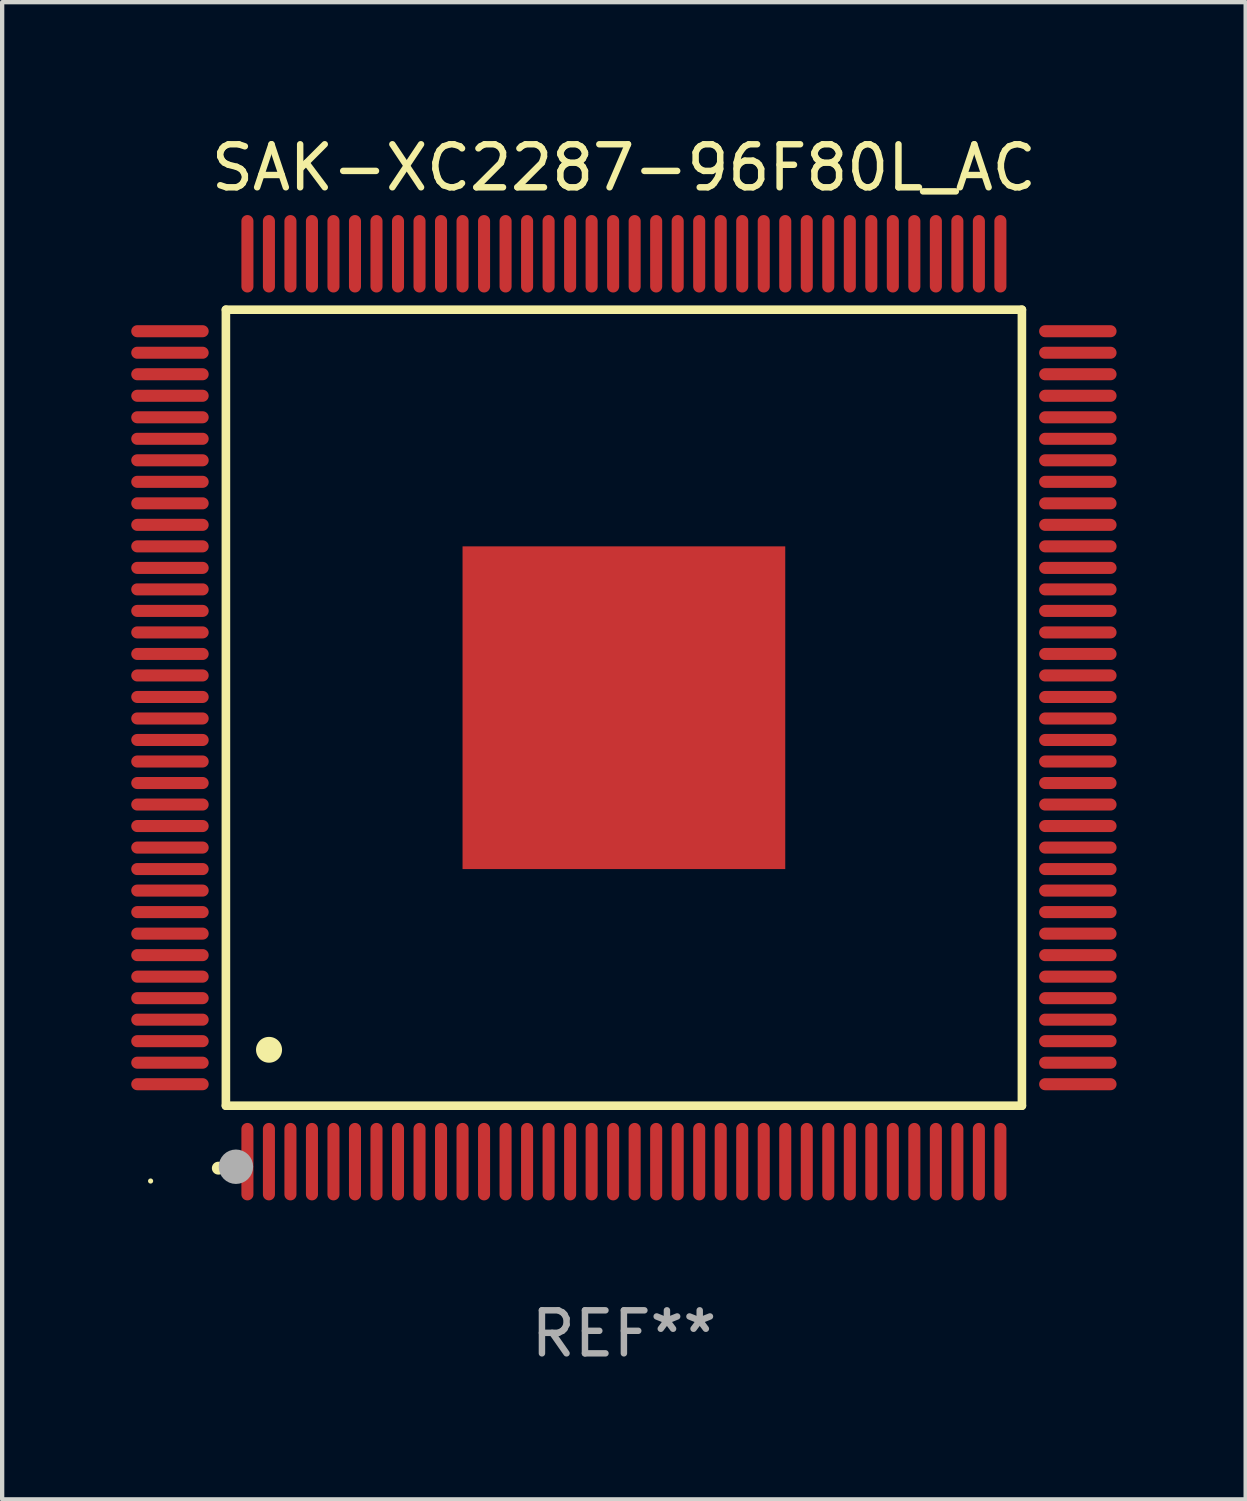
<source format=kicad_pcb>
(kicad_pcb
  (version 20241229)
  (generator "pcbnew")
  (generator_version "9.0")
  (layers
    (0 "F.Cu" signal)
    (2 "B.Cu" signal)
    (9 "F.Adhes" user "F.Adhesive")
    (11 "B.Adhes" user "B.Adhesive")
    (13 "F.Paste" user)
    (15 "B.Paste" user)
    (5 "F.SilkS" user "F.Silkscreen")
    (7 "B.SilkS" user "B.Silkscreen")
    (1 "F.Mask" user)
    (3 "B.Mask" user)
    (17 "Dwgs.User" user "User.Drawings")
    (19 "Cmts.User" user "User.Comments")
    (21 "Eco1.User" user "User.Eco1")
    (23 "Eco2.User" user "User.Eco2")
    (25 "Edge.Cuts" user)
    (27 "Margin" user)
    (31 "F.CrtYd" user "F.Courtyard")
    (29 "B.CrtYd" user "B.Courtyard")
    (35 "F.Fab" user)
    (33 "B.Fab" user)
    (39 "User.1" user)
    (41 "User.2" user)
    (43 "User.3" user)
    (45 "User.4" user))
  (footprint "SAK-XC2287-96F80L_AC"
    (layer "F.Cu")
    (at 11.45 13.398)
    (property "Reference" "SAK-XC2287-96F80L_AC" (at 0 -12.55 0) (layer "F.SilkS") (effects (font (size 1 1) (thickness 0.15))))
    (attr through_hole)
    (fp_line (start -9.25 -9.25) (end 9.25 -9.25) (stroke (width 0.2) (type solid)) (layer "F.SilkS"))
    (fp_line (start -9.25 9.25) (end -9.25 -9.25) (stroke (width 0.2) (type solid)) (layer "F.SilkS"))
    (fp_line (start 9.25 -9.25) (end 9.25 9.25) (stroke (width 0.2) (type solid)) (layer "F.SilkS"))
    (fp_line (start 9.25 9.25) (end -9.25 9.25) (stroke (width 0.2) (type solid)) (layer "F.SilkS"))
    (fp_arc (start -9.425959 10.701041) (mid -9.424689 10.701036) (end -9.423419 10.701041) (stroke (width 0.3) (type solid)) (layer "F.SilkS"))
    (fp_arc (start -8.249936 7.950216) (mid -8.247396 7.950205) (end -8.244856 7.950216) (stroke (width 0.6) (type solid)) (layer "F.SilkS"))
    (fp_circle (center -11 11) (end -10.97 11) (stroke (width 0.06) (type solid)) (fill no) (layer "F.SilkS"))
    (fp_circle (center -9.017 10.668) (end -8.817 10.668) (stroke (width 0.4) (type solid)) (fill no) (layer "F.Fab"))
    (fp_text user "REF**" (at 0 14.55 0) (layer "F.Fab") (effects (font (size 1 1) (thickness 0.15))))
    (pad "1" smd oval (at -8.75 10.55 180) (size 0.28 1.8) (layers "F.Cu" "F.Mask" "F.Paste"))
    (pad "2" smd oval (at -8.25 10.55 180) (size 0.28 1.8) (layers "F.Cu" "F.Mask" "F.Paste"))
    (pad "3" smd oval (at -7.75 10.55 180) (size 0.28 1.8) (layers "F.Cu" "F.Mask" "F.Paste"))
    (pad "4" smd oval (at -7.25 10.55 180) (size 0.28 1.8) (layers "F.Cu" "F.Mask" "F.Paste"))
    (pad "5" smd oval (at -6.75 10.55 180) (size 0.28 1.8) (layers "F.Cu" "F.Mask" "F.Paste"))
    (pad "6" smd oval (at -6.25 10.55 180) (size 0.28 1.8) (layers "F.Cu" "F.Mask" "F.Paste"))
    (pad "7" smd oval (at -5.75 10.55 180) (size 0.28 1.8) (layers "F.Cu" "F.Mask" "F.Paste"))
    (pad "8" smd oval (at -5.25 10.55 180) (size 0.28 1.8) (layers "F.Cu" "F.Mask" "F.Paste"))
    (pad "9" smd oval (at -4.75 10.55 180) (size 0.28 1.8) (layers "F.Cu" "F.Mask" "F.Paste"))
    (pad "10" smd oval (at -4.25 10.55 180) (size 0.28 1.8) (layers "F.Cu" "F.Mask" "F.Paste"))
    (pad "11" smd oval (at -3.75 10.55 180) (size 0.28 1.8) (layers "F.Cu" "F.Mask" "F.Paste"))
    (pad "12" smd oval (at -3.25 10.55 180) (size 0.28 1.8) (layers "F.Cu" "F.Mask" "F.Paste"))
    (pad "13" smd oval (at -2.75 10.55 180) (size 0.28 1.8) (layers "F.Cu" "F.Mask" "F.Paste"))
    (pad "14" smd oval (at -2.25 10.55 180) (size 0.28 1.8) (layers "F.Cu" "F.Mask" "F.Paste"))
    (pad "15" smd oval (at -1.75 10.55 180) (size 0.28 1.8) (layers "F.Cu" "F.Mask" "F.Paste"))
    (pad "16" smd oval (at -1.25 10.55 180) (size 0.28 1.8) (layers "F.Cu" "F.Mask" "F.Paste"))
    (pad "17" smd oval (at -0.75 10.55 180) (size 0.28 1.8) (layers "F.Cu" "F.Mask" "F.Paste"))
    (pad "18" smd oval (at -0.25 10.55 180) (size 0.28 1.8) (layers "F.Cu" "F.Mask" "F.Paste"))
    (pad "19" smd oval (at 0.25 10.55 180) (size 0.28 1.8) (layers "F.Cu" "F.Mask" "F.Paste"))
    (pad "20" smd oval (at 0.75 10.55 180) (size 0.28 1.8) (layers "F.Cu" "F.Mask" "F.Paste"))
    (pad "21" smd oval (at 1.25 10.55 180) (size 0.28 1.8) (layers "F.Cu" "F.Mask" "F.Paste"))
    (pad "22" smd oval (at 1.75 10.55 180) (size 0.28 1.8) (layers "F.Cu" "F.Mask" "F.Paste"))
    (pad "23" smd oval (at 2.25 10.55 180) (size 0.28 1.8) (layers "F.Cu" "F.Mask" "F.Paste"))
    (pad "24" smd oval (at 2.75 10.55 180) (size 0.28 1.8) (layers "F.Cu" "F.Mask" "F.Paste"))
    (pad "25" smd oval (at 3.25 10.55 180) (size 0.28 1.8) (layers "F.Cu" "F.Mask" "F.Paste"))
    (pad "26" smd oval (at 3.75 10.55 180) (size 0.28 1.8) (layers "F.Cu" "F.Mask" "F.Paste"))
    (pad "27" smd oval (at 4.25 10.55 180) (size 0.28 1.8) (layers "F.Cu" "F.Mask" "F.Paste"))
    (pad "28" smd oval (at 4.75 10.55 180) (size 0.28 1.8) (layers "F.Cu" "F.Mask" "F.Paste"))
    (pad "29" smd oval (at 5.25 10.55 180) (size 0.28 1.8) (layers "F.Cu" "F.Mask" "F.Paste"))
    (pad "30" smd oval (at 5.75 10.55 180) (size 0.28 1.8) (layers "F.Cu" "F.Mask" "F.Paste"))
    (pad "31" smd oval (at 6.25 10.55 180) (size 0.28 1.8) (layers "F.Cu" "F.Mask" "F.Paste"))
    (pad "32" smd oval (at 6.75 10.55 180) (size 0.28 1.8) (layers "F.Cu" "F.Mask" "F.Paste"))
    (pad "33" smd oval (at 7.25 10.55 180) (size 0.28 1.8) (layers "F.Cu" "F.Mask" "F.Paste"))
    (pad "34" smd oval (at 7.75 10.55 180) (size 0.28 1.8) (layers "F.Cu" "F.Mask" "F.Paste"))
    (pad "35" smd oval (at 8.25 10.55 180) (size 0.28 1.8) (layers "F.Cu" "F.Mask" "F.Paste"))
    (pad "36" smd oval (at 8.75 10.55 180) (size 0.28 1.8) (layers "F.Cu" "F.Mask" "F.Paste"))
    (pad "37" smd oval (at 10.55 8.75 90) (size 0.28 1.8) (layers "F.Cu" "F.Mask" "F.Paste"))
    (pad "38" smd oval (at 10.55 8.25 90) (size 0.28 1.8) (layers "F.Cu" "F.Mask" "F.Paste"))
    (pad "39" smd oval (at 10.55 7.75 90) (size 0.28 1.8) (layers "F.Cu" "F.Mask" "F.Paste"))
    (pad "40" smd oval (at 10.55 7.25 90) (size 0.28 1.8) (layers "F.Cu" "F.Mask" "F.Paste"))
    (pad "41" smd oval (at 10.55 6.75 90) (size 0.28 1.8) (layers "F.Cu" "F.Mask" "F.Paste"))
    (pad "42" smd oval (at 10.55 6.25 90) (size 0.28 1.8) (layers "F.Cu" "F.Mask" "F.Paste"))
    (pad "43" smd oval (at 10.55 5.75 90) (size 0.28 1.8) (layers "F.Cu" "F.Mask" "F.Paste"))
    (pad "44" smd oval (at 10.55 5.25 90) (size 0.28 1.8) (layers "F.Cu" "F.Mask" "F.Paste"))
    (pad "45" smd oval (at 10.55 4.75 90) (size 0.28 1.8) (layers "F.Cu" "F.Mask" "F.Paste"))
    (pad "46" smd oval (at 10.55 4.25 90) (size 0.28 1.8) (layers "F.Cu" "F.Mask" "F.Paste"))
    (pad "47" smd oval (at 10.55 3.75 90) (size 0.28 1.8) (layers "F.Cu" "F.Mask" "F.Paste"))
    (pad "48" smd oval (at 10.55 3.25 90) (size 0.28 1.8) (layers "F.Cu" "F.Mask" "F.Paste"))
    (pad "49" smd oval (at 10.55 2.75 90) (size 0.28 1.8) (layers "F.Cu" "F.Mask" "F.Paste"))
    (pad "50" smd oval (at 10.55 2.25 90) (size 0.28 1.8) (layers "F.Cu" "F.Mask" "F.Paste"))
    (pad "51" smd oval (at 10.55 1.75 90) (size 0.28 1.8) (layers "F.Cu" "F.Mask" "F.Paste"))
    (pad "52" smd oval (at 10.55 1.25 90) (size 0.28 1.8) (layers "F.Cu" "F.Mask" "F.Paste"))
    (pad "53" smd oval (at 10.55 0.75 90) (size 0.28 1.8) (layers "F.Cu" "F.Mask" "F.Paste"))
    (pad "54" smd oval (at 10.55 0.25 90) (size 0.28 1.8) (layers "F.Cu" "F.Mask" "F.Paste"))
    (pad "55" smd oval (at 10.55 -0.25 90) (size 0.28 1.8) (layers "F.Cu" "F.Mask" "F.Paste"))
    (pad "56" smd oval (at 10.55 -0.75 90) (size 0.28 1.8) (layers "F.Cu" "F.Mask" "F.Paste"))
    (pad "57" smd oval (at 10.55 -1.25 90) (size 0.28 1.8) (layers "F.Cu" "F.Mask" "F.Paste"))
    (pad "58" smd oval (at 10.55 -1.75 90) (size 0.28 1.8) (layers "F.Cu" "F.Mask" "F.Paste"))
    (pad "59" smd oval (at 10.55 -2.25 90) (size 0.28 1.8) (layers "F.Cu" "F.Mask" "F.Paste"))
    (pad "60" smd oval (at 10.55 -2.75 90) (size 0.28 1.8) (layers "F.Cu" "F.Mask" "F.Paste"))
    (pad "61" smd oval (at 10.55 -3.25 90) (size 0.28 1.8) (layers "F.Cu" "F.Mask" "F.Paste"))
    (pad "62" smd oval (at 10.55 -3.75 90) (size 0.28 1.8) (layers "F.Cu" "F.Mask" "F.Paste"))
    (pad "63" smd oval (at 10.55 -4.25 90) (size 0.28 1.8) (layers "F.Cu" "F.Mask" "F.Paste"))
    (pad "64" smd oval (at 10.55 -4.75 90) (size 0.28 1.8) (layers "F.Cu" "F.Mask" "F.Paste"))
    (pad "65" smd oval (at 10.55 -5.25 90) (size 0.28 1.8) (layers "F.Cu" "F.Mask" "F.Paste"))
    (pad "66" smd oval (at 10.55 -5.75 90) (size 0.28 1.8) (layers "F.Cu" "F.Mask" "F.Paste"))
    (pad "67" smd oval (at 10.55 -6.25 90) (size 0.28 1.8) (layers "F.Cu" "F.Mask" "F.Paste"))
    (pad "68" smd oval (at 10.55 -6.75 90) (size 0.28 1.8) (layers "F.Cu" "F.Mask" "F.Paste"))
    (pad "69" smd oval (at 10.55 -7.25 90) (size 0.28 1.8) (layers "F.Cu" "F.Mask" "F.Paste"))
    (pad "70" smd oval (at 10.55 -7.75 90) (size 0.28 1.8) (layers "F.Cu" "F.Mask" "F.Paste"))
    (pad "71" smd oval (at 10.55 -8.25 90) (size 0.28 1.8) (layers "F.Cu" "F.Mask" "F.Paste"))
    (pad "72" smd oval (at 10.55 -8.75 90) (size 0.28 1.8) (layers "F.Cu" "F.Mask" "F.Paste"))
    (pad "73" smd oval (at 8.75 -10.55 180) (size 0.28 1.8) (layers "F.Cu" "F.Mask" "F.Paste"))
    (pad "74" smd oval (at 8.25 -10.55 180) (size 0.28 1.8) (layers "F.Cu" "F.Mask" "F.Paste"))
    (pad "75" smd oval (at 7.75 -10.55 180) (size 0.28 1.8) (layers "F.Cu" "F.Mask" "F.Paste"))
    (pad "76" smd oval (at 7.25 -10.55 180) (size 0.28 1.8) (layers "F.Cu" "F.Mask" "F.Paste"))
    (pad "77" smd oval (at 6.75 -10.55 180) (size 0.28 1.8) (layers "F.Cu" "F.Mask" "F.Paste"))
    (pad "78" smd oval (at 6.25 -10.55 180) (size 0.28 1.8) (layers "F.Cu" "F.Mask" "F.Paste"))
    (pad "79" smd oval (at 5.75 -10.55 180) (size 0.28 1.8) (layers "F.Cu" "F.Mask" "F.Paste"))
    (pad "80" smd oval (at 5.25 -10.55 180) (size 0.28 1.8) (layers "F.Cu" "F.Mask" "F.Paste"))
    (pad "81" smd oval (at 4.75 -10.55 180) (size 0.28 1.8) (layers "F.Cu" "F.Mask" "F.Paste"))
    (pad "82" smd oval (at 4.25 -10.55 180) (size 0.28 1.8) (layers "F.Cu" "F.Mask" "F.Paste"))
    (pad "83" smd oval (at 3.75 -10.55 180) (size 0.28 1.8) (layers "F.Cu" "F.Mask" "F.Paste"))
    (pad "84" smd oval (at 3.25 -10.55 180) (size 0.28 1.8) (layers "F.Cu" "F.Mask" "F.Paste"))
    (pad "85" smd oval (at 2.75 -10.55 180) (size 0.28 1.8) (layers "F.Cu" "F.Mask" "F.Paste"))
    (pad "86" smd oval (at 2.25 -10.55 180) (size 0.28 1.8) (layers "F.Cu" "F.Mask" "F.Paste"))
    (pad "87" smd oval (at 1.75 -10.55 180) (size 0.28 1.8) (layers "F.Cu" "F.Mask" "F.Paste"))
    (pad "88" smd oval (at 1.25 -10.55 180) (size 0.28 1.8) (layers "F.Cu" "F.Mask" "F.Paste"))
    (pad "89" smd oval (at 0.75 -10.55 180) (size 0.28 1.8) (layers "F.Cu" "F.Mask" "F.Paste"))
    (pad "90" smd oval (at 0.25 -10.55 180) (size 0.28 1.8) (layers "F.Cu" "F.Mask" "F.Paste"))
    (pad "91" smd oval (at -0.25 -10.55 180) (size 0.28 1.8) (layers "F.Cu" "F.Mask" "F.Paste"))
    (pad "92" smd oval (at -0.75 -10.55 180) (size 0.28 1.8) (layers "F.Cu" "F.Mask" "F.Paste"))
    (pad "93" smd oval (at -1.25 -10.55 180) (size 0.28 1.8) (layers "F.Cu" "F.Mask" "F.Paste"))
    (pad "94" smd oval (at -1.75 -10.55 180) (size 0.28 1.8) (layers "F.Cu" "F.Mask" "F.Paste"))
    (pad "95" smd oval (at -2.25 -10.55 180) (size 0.28 1.8) (layers "F.Cu" "F.Mask" "F.Paste"))
    (pad "96" smd oval (at -2.75 -10.55 180) (size 0.28 1.8) (layers "F.Cu" "F.Mask" "F.Paste"))
    (pad "97" smd oval (at -3.25 -10.55 180) (size 0.28 1.8) (layers "F.Cu" "F.Mask" "F.Paste"))
    (pad "98" smd oval (at -3.75 -10.55 180) (size 0.28 1.8) (layers "F.Cu" "F.Mask" "F.Paste"))
    (pad "99" smd oval (at -4.25 -10.55 180) (size 0.28 1.8) (layers "F.Cu" "F.Mask" "F.Paste"))
    (pad "100" smd oval (at -4.75 -10.55 180) (size 0.28 1.8) (layers "F.Cu" "F.Mask" "F.Paste"))
    (pad "101" smd oval (at -5.25 -10.55 180) (size 0.28 1.8) (layers "F.Cu" "F.Mask" "F.Paste"))
    (pad "102" smd oval (at -5.75 -10.55 180) (size 0.28 1.8) (layers "F.Cu" "F.Mask" "F.Paste"))
    (pad "103" smd oval (at -6.25 -10.55 180) (size 0.28 1.8) (layers "F.Cu" "F.Mask" "F.Paste"))
    (pad "104" smd oval (at -6.75 -10.55 180) (size 0.28 1.8) (layers "F.Cu" "F.Mask" "F.Paste"))
    (pad "105" smd oval (at -7.25 -10.55 180) (size 0.28 1.8) (layers "F.Cu" "F.Mask" "F.Paste"))
    (pad "106" smd oval (at -7.75 -10.55 180) (size 0.28 1.8) (layers "F.Cu" "F.Mask" "F.Paste"))
    (pad "107" smd oval (at -8.25 -10.55 180) (size 0.28 1.8) (layers "F.Cu" "F.Mask" "F.Paste"))
    (pad "108" smd oval (at -8.75 -10.55 180) (size 0.28 1.8) (layers "F.Cu" "F.Mask" "F.Paste"))
    (pad "109" smd oval (at -10.55 -8.75 90) (size 0.28 1.8) (layers "F.Cu" "F.Mask" "F.Paste"))
    (pad "110" smd oval (at -10.55 -8.25 90) (size 0.28 1.8) (layers "F.Cu" "F.Mask" "F.Paste"))
    (pad "111" smd oval (at -10.55 -7.75 90) (size 0.28 1.8) (layers "F.Cu" "F.Mask" "F.Paste"))
    (pad "112" smd oval (at -10.55 -7.25 90) (size 0.28 1.8) (layers "F.Cu" "F.Mask" "F.Paste"))
    (pad "113" smd oval (at -10.55 -6.75 90) (size 0.28 1.8) (layers "F.Cu" "F.Mask" "F.Paste"))
    (pad "114" smd oval (at -10.55 -6.25 90) (size 0.28 1.8) (layers "F.Cu" "F.Mask" "F.Paste"))
    (pad "115" smd oval (at -10.55 -5.75 90) (size 0.28 1.8) (layers "F.Cu" "F.Mask" "F.Paste"))
    (pad "116" smd oval (at -10.55 -5.25 90) (size 0.28 1.8) (layers "F.Cu" "F.Mask" "F.Paste"))
    (pad "117" smd oval (at -10.55 -4.75 90) (size 0.28 1.8) (layers "F.Cu" "F.Mask" "F.Paste"))
    (pad "118" smd oval (at -10.55 -4.25 90) (size 0.28 1.8) (layers "F.Cu" "F.Mask" "F.Paste"))
    (pad "119" smd oval (at -10.55 -3.75 90) (size 0.28 1.8) (layers "F.Cu" "F.Mask" "F.Paste"))
    (pad "120" smd oval (at -10.55 -3.25 90) (size 0.28 1.8) (layers "F.Cu" "F.Mask" "F.Paste"))
    (pad "121" smd oval (at -10.55 -2.75 90) (size 0.28 1.8) (layers "F.Cu" "F.Mask" "F.Paste"))
    (pad "122" smd oval (at -10.55 -2.25 90) (size 0.28 1.8) (layers "F.Cu" "F.Mask" "F.Paste"))
    (pad "123" smd oval (at -10.55 -1.75 90) (size 0.28 1.8) (layers "F.Cu" "F.Mask" "F.Paste"))
    (pad "124" smd oval (at -10.55 -1.25 90) (size 0.28 1.8) (layers "F.Cu" "F.Mask" "F.Paste"))
    (pad "125" smd oval (at -10.55 -0.75 90) (size 0.28 1.8) (layers "F.Cu" "F.Mask" "F.Paste"))
    (pad "126" smd oval (at -10.55 -0.25 90) (size 0.28 1.8) (layers "F.Cu" "F.Mask" "F.Paste"))
    (pad "127" smd oval (at -10.55 0.25 90) (size 0.28 1.8) (layers "F.Cu" "F.Mask" "F.Paste"))
    (pad "128" smd oval (at -10.55 0.75 90) (size 0.28 1.8) (layers "F.Cu" "F.Mask" "F.Paste"))
    (pad "129" smd oval (at -10.55 1.25 90) (size 0.28 1.8) (layers "F.Cu" "F.Mask" "F.Paste"))
    (pad "130" smd oval (at -10.55 1.75 90) (size 0.28 1.8) (layers "F.Cu" "F.Mask" "F.Paste"))
    (pad "131" smd oval (at -10.55 2.25 90) (size 0.28 1.8) (layers "F.Cu" "F.Mask" "F.Paste"))
    (pad "132" smd oval (at -10.55 2.75 90) (size 0.28 1.8) (layers "F.Cu" "F.Mask" "F.Paste"))
    (pad "133" smd oval (at -10.55 3.25 90) (size 0.28 1.8) (layers "F.Cu" "F.Mask" "F.Paste"))
    (pad "134" smd oval (at -10.55 3.75 90) (size 0.28 1.8) (layers "F.Cu" "F.Mask" "F.Paste"))
    (pad "135" smd oval (at -10.55 4.25 90) (size 0.28 1.8) (layers "F.Cu" "F.Mask" "F.Paste"))
    (pad "136" smd oval (at -10.55 4.75 90) (size 0.28 1.8) (layers "F.Cu" "F.Mask" "F.Paste"))
    (pad "137" smd oval (at -10.55 5.25 90) (size 0.28 1.8) (layers "F.Cu" "F.Mask" "F.Paste"))
    (pad "138" smd oval (at -10.55 5.75 90) (size 0.28 1.8) (layers "F.Cu" "F.Mask" "F.Paste"))
    (pad "139" smd oval (at -10.55 6.25 90) (size 0.28 1.8) (layers "F.Cu" "F.Mask" "F.Paste"))
    (pad "140" smd oval (at -10.55 6.75 90) (size 0.28 1.8) (layers "F.Cu" "F.Mask" "F.Paste"))
    (pad "141" smd oval (at -10.55 7.25 90) (size 0.28 1.8) (layers "F.Cu" "F.Mask" "F.Paste"))
    (pad "142" smd oval (at -10.55 7.75 90) (size 0.28 1.8) (layers "F.Cu" "F.Mask" "F.Paste"))
    (pad "143" smd oval (at -10.55 8.25 90) (size 0.28 1.8) (layers "F.Cu" "F.Mask" "F.Paste"))
    (pad "144" smd oval (at -10.55 8.75 90) (size 0.28 1.8) (layers "F.Cu" "F.Mask" "F.Paste"))
    (pad "145" smd rect (at 0 0 90) (size 7.5 7.5) (layers "F.Cu" "F.Mask" "F.Paste")))
  (gr_rect
    (start -3 -3)
    (end 25.9 31.796)
    (stroke (width 0.1) (type default))
    (fill no)
    (layer "Edge.Cuts")))
</source>
